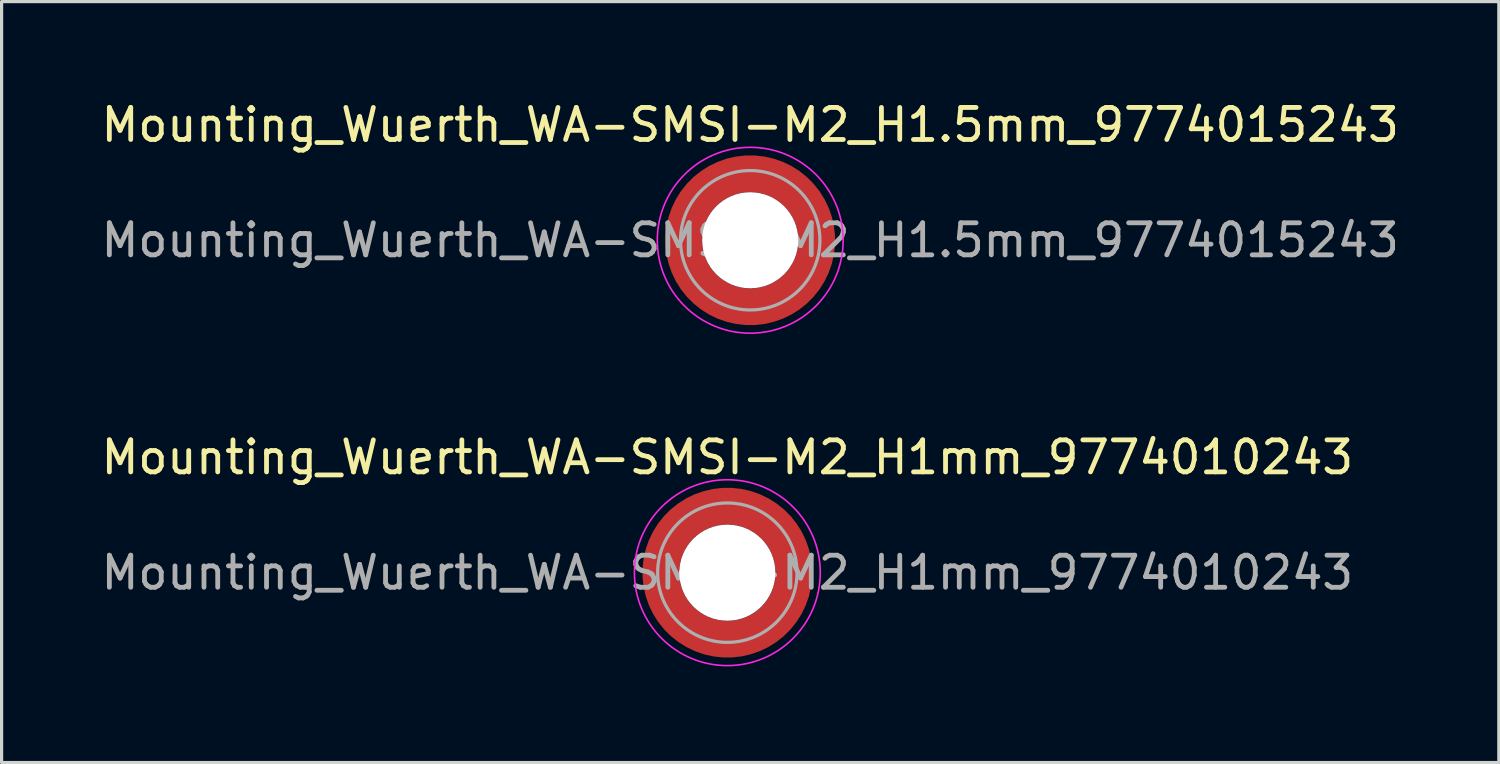
<source format=kicad_pcb>
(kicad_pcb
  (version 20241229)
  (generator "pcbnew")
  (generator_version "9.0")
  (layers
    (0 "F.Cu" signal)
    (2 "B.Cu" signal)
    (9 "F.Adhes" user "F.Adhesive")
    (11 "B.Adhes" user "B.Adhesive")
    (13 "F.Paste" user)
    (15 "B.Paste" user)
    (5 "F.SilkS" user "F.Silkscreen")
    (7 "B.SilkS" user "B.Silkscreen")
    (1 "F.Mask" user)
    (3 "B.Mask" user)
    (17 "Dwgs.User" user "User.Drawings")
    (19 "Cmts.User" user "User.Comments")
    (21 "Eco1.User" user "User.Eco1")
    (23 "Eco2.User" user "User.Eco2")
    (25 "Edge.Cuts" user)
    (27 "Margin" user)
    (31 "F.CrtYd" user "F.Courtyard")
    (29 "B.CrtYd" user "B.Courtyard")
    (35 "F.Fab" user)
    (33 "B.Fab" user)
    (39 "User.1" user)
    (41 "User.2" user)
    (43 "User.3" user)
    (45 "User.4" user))
  (footprint "Mounting_Wuerth_WA-SMSI-M2_H1.5mm_9774015243"
    (layer "F.Cu")
    (at 20.363 4.448)
    (property "Reference" "Mounting_Wuerth_WA-SMSI-M2_H1.5mm_9774015243" (at 0 -3.6 0) (layer "F.SilkS") (effects (font (size 1 1) (thickness 0.15))))
    (attr smd)
    (fp_circle (center 0 0) (end 2.9 0) (stroke (width 0.05) (type solid)) (fill no) (layer "F.CrtYd"))
    (fp_circle (center 0 0) (end 2.175 0) (stroke (width 0.1) (type solid)) (fill no) (layer "F.Fab"))
    (fp_text user "${REFERENCE}" (at 0 0 0) (layer "F.Fab") (effects (font (size 1 1) (thickness 0.15))))
    (pad "" smd custom (at -1.453 -1.453) (size 0.61 0.61) (layers "F.Paste") (options (anchor circle)) (primitives (gr_arc (start -0.147677 1.053104) (mid 0.285964 0.286792) (end 1.051968 -0.147393) (width 0.2)) (gr_arc (start -0.240295 1.053104) (mid 0.22253 0.222946) (end 1.052531 -0.24016) (width 0.2)) (gr_arc (start -0.332645 1.053104) (mid 0.158548 0.15965) (end 1.051583 -0.332304) (width 0.2)) (gr_arc (start -0.424767 1.053104) (mid 0.09486 0.096059) (end 1.051446 -0.424413) (width 0.2)) (gr_arc (start -0.516693 1.053104) (mid 0.031293 0.032346) (end 1.051645 -0.516396) (width 0.2)) (gr_arc (start -0.608448 1.053104) (mid -0.032323 -0.031316) (end 1.051707 -0.608176) (width 0.2)) (gr_arc (start -0.700056 1.053104) (mid -0.09616 -0.094758) (end 1.051155 -0.699693) (width 0.2)) (gr_arc (start -0.791534 1.053104) (mid -0.160388 -0.15781) (end 1.049515 -0.790891) (width 0.2)) (gr_arc (start -0.882896 1.053104) (mid -0.223713 -0.221764) (end 1.050388 -0.882429) (width 0.2)) (gr_arc (start -0.974157 1.053104) (mid -0.287654 -0.285101) (end 1.049541 -0.973567) (width 0.2)) (gr_line (start 1.053 -0.148) (end 1.053 -0.974) (width 0.2)) (gr_line (start -0.148 1.053) (end -0.974 1.053) (width 0.2))))
    (pad "" smd custom (at -1.453 1.453) (size 0.61 0.61) (layers "F.Paste") (options (anchor circle)) (primitives (gr_arc (start 1.053104 0.147677) (mid 0.286792 -0.285964) (end -0.147393 -1.051968) (width 0.2)) (gr_arc (start 1.053104 0.240295) (mid 0.222946 -0.22253) (end -0.24016 -1.052531) (width 0.2)) (gr_arc (start 1.053104 0.332645) (mid 0.15965 -0.158548) (end -0.332304 -1.051583) (width 0.2)) (gr_arc (start 1.053104 0.424767) (mid 0.096059 -0.09486) (end -0.424413 -1.051446) (width 0.2)) (gr_arc (start 1.053104 0.516693) (mid 0.032346 -0.031293) (end -0.516396 -1.051645) (width 0.2)) (gr_arc (start 1.053104 0.608448) (mid -0.031316 0.032323) (end -0.608176 -1.051707) (width 0.2)) (gr_arc (start 1.053104 0.700056) (mid -0.094758 0.09616) (end -0.699693 -1.051155) (width 0.2)) (gr_arc (start 1.053104 0.791534) (mid -0.15781 0.160388) (end -0.790891 -1.049515) (width 0.2)) (gr_arc (start 1.053104 0.882896) (mid -0.221764 0.223713) (end -0.882429 -1.050388) (width 0.2)) (gr_arc (start 1.053104 0.974157) (mid -0.285101 0.287654) (end -0.973567 -1.049541) (width 0.2)) (gr_line (start -0.148 -1.053) (end -0.974 -1.053) (width 0.2)) (gr_line (start 1.053 0.148) (end 1.053 0.974) (width 0.2))))
    (pad "" np_thru_hole circle (at 0 0) (size 3 3) (drill 3) (layers "*.Cu" "*.Mask"))
    (pad "" smd custom (at 1.453 -1.453) (size 0.61 0.61) (layers "F.Paste") (options (anchor circle)) (primitives (gr_arc (start -1.053104 -0.147677) (mid -0.286792 0.285964) (end 0.147393 1.051968) (width 0.2)) (gr_arc (start -1.053104 -0.240295) (mid -0.222946 0.22253) (end 0.24016 1.052531) (width 0.2)) (gr_arc (start -1.053104 -0.332645) (mid -0.15965 0.158548) (end 0.332304 1.051583) (width 0.2)) (gr_arc (start -1.053104 -0.424767) (mid -0.096059 0.09486) (end 0.424413 1.051446) (width 0.2)) (gr_arc (start -1.053104 -0.516693) (mid -0.032346 0.031293) (end 0.516396 1.051645) (width 0.2)) (gr_arc (start -1.053104 -0.608448) (mid 0.031316 -0.032323) (end 0.608176 1.051707) (width 0.2)) (gr_arc (start -1.053104 -0.700056) (mid 0.094758 -0.09616) (end 0.699693 1.051155) (width 0.2)) (gr_arc (start -1.053104 -0.791534) (mid 0.15781 -0.160388) (end 0.790891 1.049515) (width 0.2)) (gr_arc (start -1.053104 -0.882896) (mid 0.221764 -0.223713) (end 0.882429 1.050388) (width 0.2)) (gr_arc (start -1.053104 -0.974157) (mid 0.285101 -0.287654) (end 0.973567 1.049541) (width 0.2)) (gr_line (start 0.148 1.053) (end 0.974 1.053) (width 0.2)) (gr_line (start -1.053 -0.148) (end -1.053 -0.974) (width 0.2))))
    (pad "" smd custom (at 1.453 1.453) (size 0.61 0.61) (layers "F.Paste") (options (anchor circle)) (primitives (gr_arc (start 0.147677 -1.053104) (mid -0.285964 -0.286792) (end -1.051968 0.147393) (width 0.2)) (gr_arc (start 0.240295 -1.053104) (mid -0.22253 -0.222946) (end -1.052531 0.24016) (width 0.2)) (gr_arc (start 0.332645 -1.053104) (mid -0.158548 -0.15965) (end -1.051583 0.332304) (width 0.2)) (gr_arc (start 0.424767 -1.053104) (mid -0.09486 -0.096059) (end -1.051446 0.424413) (width 0.2)) (gr_arc (start 0.516693 -1.053104) (mid -0.031293 -0.032346) (end -1.051645 0.516396) (width 0.2)) (gr_arc (start 0.608448 -1.053104) (mid 0.032323 0.031316) (end -1.051707 0.608176) (width 0.2)) (gr_arc (start 0.700056 -1.053104) (mid 0.09616 0.094758) (end -1.051155 0.699693) (width 0.2)) (gr_arc (start 0.791534 -1.053104) (mid 0.160388 0.15781) (end -1.049515 0.790891) (width 0.2)) (gr_arc (start 0.882896 -1.053104) (mid 0.223713 0.221764) (end -1.050388 0.882429) (width 0.2)) (gr_arc (start 0.974157 -1.053104) (mid 0.287654 0.285101) (end -1.049541 0.973567) (width 0.2)) (gr_line (start -1.053 0.148) (end -1.053 0.974) (width 0.2)) (gr_line (start 0.148 -1.053) (end 0.974 -1.053) (width 0.2))))
    (pad "1" smd circle (at -2.075 0) (size 0.75 0.75) (layers "F.Cu"))
    (pad "1" smd circle (at 0 -2.075) (size 0.75 0.75) (layers "F.Cu"))
    (pad "1" smd circle (at 0 2.075) (size 0.75 0.75) (layers "F.Cu"))
    (pad "1" smd custom (at 2.075 0) (size 0.75 0.75) (layers "F.Cu" "F.Mask") (options (anchor circle)) (primitives (gr_circle (center -2.075 0) (end 0 0) (width 1.15) (fill no)))))
  (footprint "Mounting_Wuerth_WA-SMSI-M2_H1mm_9774010243"
    (layer "F.Cu")
    (at 19.649 14.822)
    (property "Reference" "Mounting_Wuerth_WA-SMSI-M2_H1mm_9774010243" (at 0 -3.6 0) (layer "F.SilkS") (effects (font (size 1 1) (thickness 0.15))))
    (attr smd)
    (fp_circle (center 0 0) (end 2.9 0) (stroke (width 0.05) (type solid)) (fill no) (layer "F.CrtYd"))
    (fp_circle (center 0 0) (end 2.175 0) (stroke (width 0.1) (type solid)) (fill no) (layer "F.Fab"))
    (fp_text user "${REFERENCE}" (at 0 0 0) (layer "F.Fab") (effects (font (size 1 1) (thickness 0.15))))
    (pad "" smd custom (at -1.453 -1.453) (size 0.61 0.61) (layers "F.Paste") (options (anchor circle)) (primitives (gr_arc (start -0.147677 1.053104) (mid 0.285964 0.286792) (end 1.051968 -0.147393) (width 0.2)) (gr_arc (start -0.240295 1.053104) (mid 0.22253 0.222946) (end 1.052531 -0.24016) (width 0.2)) (gr_arc (start -0.332645 1.053104) (mid 0.158548 0.15965) (end 1.051583 -0.332304) (width 0.2)) (gr_arc (start -0.424767 1.053104) (mid 0.09486 0.096059) (end 1.051446 -0.424413) (width 0.2)) (gr_arc (start -0.516693 1.053104) (mid 0.031293 0.032346) (end 1.051645 -0.516396) (width 0.2)) (gr_arc (start -0.608448 1.053104) (mid -0.032323 -0.031316) (end 1.051707 -0.608176) (width 0.2)) (gr_arc (start -0.700056 1.053104) (mid -0.09616 -0.094758) (end 1.051155 -0.699693) (width 0.2)) (gr_arc (start -0.791534 1.053104) (mid -0.160388 -0.15781) (end 1.049515 -0.790891) (width 0.2)) (gr_arc (start -0.882896 1.053104) (mid -0.223713 -0.221764) (end 1.050388 -0.882429) (width 0.2)) (gr_arc (start -0.974157 1.053104) (mid -0.287654 -0.285101) (end 1.049541 -0.973567) (width 0.2)) (gr_line (start 1.053 -0.148) (end 1.053 -0.974) (width 0.2)) (gr_line (start -0.148 1.053) (end -0.974 1.053) (width 0.2))))
    (pad "" smd custom (at -1.453 1.453) (size 0.61 0.61) (layers "F.Paste") (options (anchor circle)) (primitives (gr_arc (start 1.053104 0.147677) (mid 0.286792 -0.285964) (end -0.147393 -1.051968) (width 0.2)) (gr_arc (start 1.053104 0.240295) (mid 0.222946 -0.22253) (end -0.24016 -1.052531) (width 0.2)) (gr_arc (start 1.053104 0.332645) (mid 0.15965 -0.158548) (end -0.332304 -1.051583) (width 0.2)) (gr_arc (start 1.053104 0.424767) (mid 0.096059 -0.09486) (end -0.424413 -1.051446) (width 0.2)) (gr_arc (start 1.053104 0.516693) (mid 0.032346 -0.031293) (end -0.516396 -1.051645) (width 0.2)) (gr_arc (start 1.053104 0.608448) (mid -0.031316 0.032323) (end -0.608176 -1.051707) (width 0.2)) (gr_arc (start 1.053104 0.700056) (mid -0.094758 0.09616) (end -0.699693 -1.051155) (width 0.2)) (gr_arc (start 1.053104 0.791534) (mid -0.15781 0.160388) (end -0.790891 -1.049515) (width 0.2)) (gr_arc (start 1.053104 0.882896) (mid -0.221764 0.223713) (end -0.882429 -1.050388) (width 0.2)) (gr_arc (start 1.053104 0.974157) (mid -0.285101 0.287654) (end -0.973567 -1.049541) (width 0.2)) (gr_line (start -0.148 -1.053) (end -0.974 -1.053) (width 0.2)) (gr_line (start 1.053 0.148) (end 1.053 0.974) (width 0.2))))
    (pad "" np_thru_hole circle (at 0 0) (size 3 3) (drill 3) (layers "*.Cu" "*.Mask"))
    (pad "" smd custom (at 1.453 -1.453) (size 0.61 0.61) (layers "F.Paste") (options (anchor circle)) (primitives (gr_arc (start -1.053104 -0.147677) (mid -0.286792 0.285964) (end 0.147393 1.051968) (width 0.2)) (gr_arc (start -1.053104 -0.240295) (mid -0.222946 0.22253) (end 0.24016 1.052531) (width 0.2)) (gr_arc (start -1.053104 -0.332645) (mid -0.15965 0.158548) (end 0.332304 1.051583) (width 0.2)) (gr_arc (start -1.053104 -0.424767) (mid -0.096059 0.09486) (end 0.424413 1.051446) (width 0.2)) (gr_arc (start -1.053104 -0.516693) (mid -0.032346 0.031293) (end 0.516396 1.051645) (width 0.2)) (gr_arc (start -1.053104 -0.608448) (mid 0.031316 -0.032323) (end 0.608176 1.051707) (width 0.2)) (gr_arc (start -1.053104 -0.700056) (mid 0.094758 -0.09616) (end 0.699693 1.051155) (width 0.2)) (gr_arc (start -1.053104 -0.791534) (mid 0.15781 -0.160388) (end 0.790891 1.049515) (width 0.2)) (gr_arc (start -1.053104 -0.882896) (mid 0.221764 -0.223713) (end 0.882429 1.050388) (width 0.2)) (gr_arc (start -1.053104 -0.974157) (mid 0.285101 -0.287654) (end 0.973567 1.049541) (width 0.2)) (gr_line (start 0.148 1.053) (end 0.974 1.053) (width 0.2)) (gr_line (start -1.053 -0.148) (end -1.053 -0.974) (width 0.2))))
    (pad "" smd custom (at 1.453 1.453) (size 0.61 0.61) (layers "F.Paste") (options (anchor circle)) (primitives (gr_arc (start 0.147677 -1.053104) (mid -0.285964 -0.286792) (end -1.051968 0.147393) (width 0.2)) (gr_arc (start 0.240295 -1.053104) (mid -0.22253 -0.222946) (end -1.052531 0.24016) (width 0.2)) (gr_arc (start 0.332645 -1.053104) (mid -0.158548 -0.15965) (end -1.051583 0.332304) (width 0.2)) (gr_arc (start 0.424767 -1.053104) (mid -0.09486 -0.096059) (end -1.051446 0.424413) (width 0.2)) (gr_arc (start 0.516693 -1.053104) (mid -0.031293 -0.032346) (end -1.051645 0.516396) (width 0.2)) (gr_arc (start 0.608448 -1.053104) (mid 0.032323 0.031316) (end -1.051707 0.608176) (width 0.2)) (gr_arc (start 0.700056 -1.053104) (mid 0.09616 0.094758) (end -1.051155 0.699693) (width 0.2)) (gr_arc (start 0.791534 -1.053104) (mid 0.160388 0.15781) (end -1.049515 0.790891) (width 0.2)) (gr_arc (start 0.882896 -1.053104) (mid 0.223713 0.221764) (end -1.050388 0.882429) (width 0.2)) (gr_arc (start 0.974157 -1.053104) (mid 0.287654 0.285101) (end -1.049541 0.973567) (width 0.2)) (gr_line (start -1.053 0.148) (end -1.053 0.974) (width 0.2)) (gr_line (start 0.148 -1.053) (end 0.974 -1.053) (width 0.2))))
    (pad "1" smd circle (at -2.075 0) (size 0.75 0.75) (layers "F.Cu"))
    (pad "1" smd circle (at 0 -2.075) (size 0.75 0.75) (layers "F.Cu"))
    (pad "1" smd circle (at 0 2.075) (size 0.75 0.75) (layers "F.Cu"))
    (pad "1" smd custom (at 2.075 0) (size 0.75 0.75) (layers "F.Cu" "F.Mask") (options (anchor circle)) (primitives (gr_circle (center -2.075 0) (end 0 0) (width 1.15) (fill no)))))
  (gr_rect
    (start -3 -3)
    (end 43.726 20.747)
    (stroke (width 0.1) (type default))
    (fill no)
    (layer "Edge.Cuts")))
</source>
